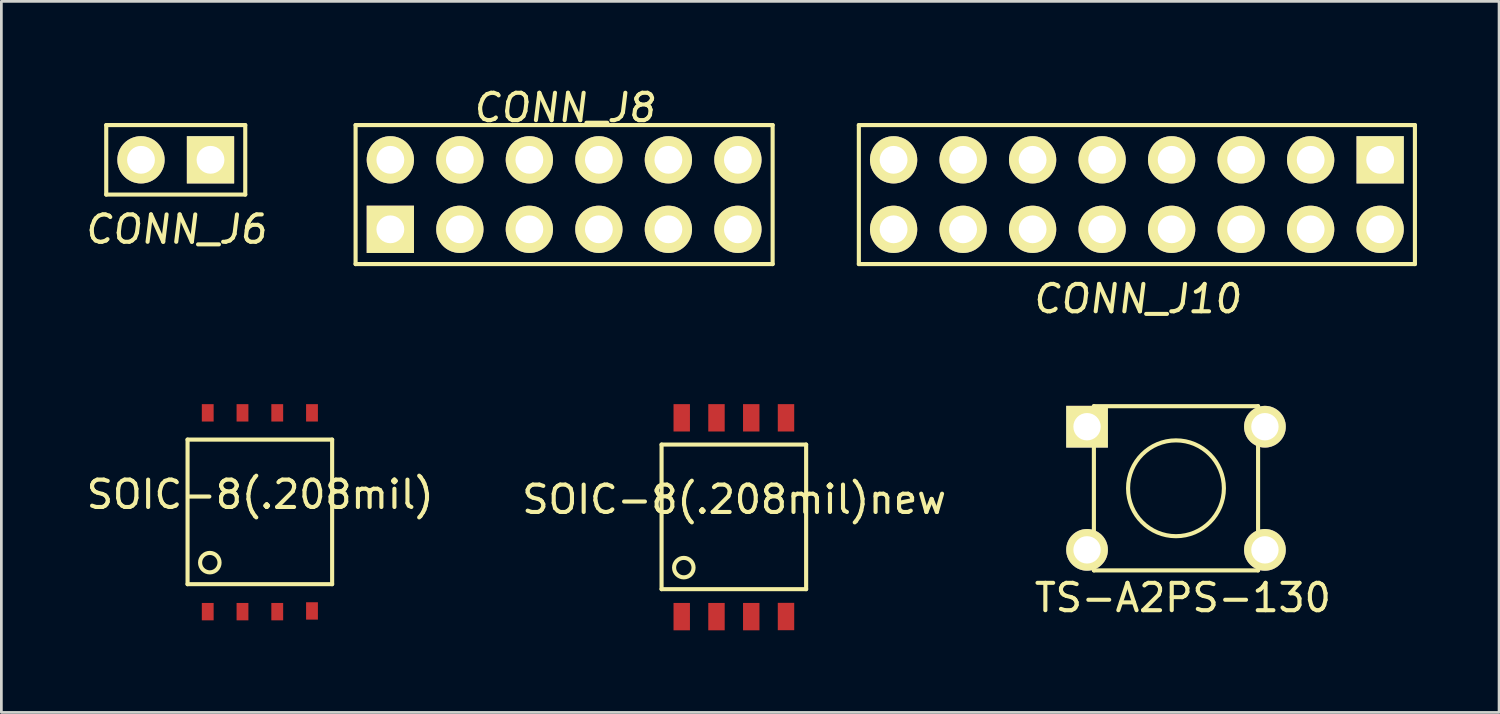
<source format=kicad_pcb>
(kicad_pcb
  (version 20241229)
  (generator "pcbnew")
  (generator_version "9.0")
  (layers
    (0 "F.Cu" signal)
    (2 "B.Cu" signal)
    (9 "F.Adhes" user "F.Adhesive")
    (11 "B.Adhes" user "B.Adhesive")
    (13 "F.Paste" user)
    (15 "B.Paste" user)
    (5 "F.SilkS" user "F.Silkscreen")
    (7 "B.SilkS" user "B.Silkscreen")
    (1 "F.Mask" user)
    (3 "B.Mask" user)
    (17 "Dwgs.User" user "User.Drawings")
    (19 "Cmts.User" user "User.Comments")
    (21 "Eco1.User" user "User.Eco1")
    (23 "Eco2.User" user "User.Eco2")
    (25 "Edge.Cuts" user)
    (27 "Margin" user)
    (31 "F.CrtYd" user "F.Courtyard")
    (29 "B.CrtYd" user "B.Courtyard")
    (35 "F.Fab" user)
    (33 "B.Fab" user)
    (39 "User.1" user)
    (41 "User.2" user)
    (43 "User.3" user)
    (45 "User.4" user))
  (footprint "CONN_J8"
    (layer "F.Cu")
    (at 17.564 0.25)
    (property "Reference" "CONN_J8" (at 0 0.635 0) (layer "F.SilkS") (effects (font (size 1 1) (thickness 0.15) (italic yes))))
    (attr through_hole)
    (fp_line (start -7.62 1.27) (end -7.62 6.35) (stroke (width 0.15) (type solid)) (layer "F.SilkS"))
    (fp_line (start -7.62 6.35) (end 7.62 6.35) (stroke (width 0.15) (type solid)) (layer "F.SilkS"))
    (fp_line (start 7.62 1.27) (end -7.62 1.27) (stroke (width 0.15) (type solid)) (layer "F.SilkS"))
    (fp_line (start 7.62 6.35) (end 7.62 1.27) (stroke (width 0.15) (type solid)) (layer "F.SilkS"))
    (pad "1" thru_hole rect (at -6.35 5.08) (size 1.727 1.727) (drill 1.016) (layers "*.Cu" "*.Mask" "F.SilkS"))
    (pad "2" thru_hole circle (at -6.35 2.54) (size 1.727 1.727) (drill 1.016) (layers "*.Cu" "*.Mask" "F.SilkS"))
    (pad "3" thru_hole circle (at -3.81 5.08) (size 1.727 1.727) (drill 1.016) (layers "*.Cu" "*.Mask" "F.SilkS"))
    (pad "4" thru_hole circle (at -3.81 2.54) (size 1.727 1.727) (drill 1.016) (layers "*.Cu" "*.Mask" "F.SilkS"))
    (pad "5" thru_hole circle (at -1.27 5.08) (size 1.727 1.727) (drill 1.016) (layers "*.Cu" "*.Mask" "F.SilkS"))
    (pad "6" thru_hole circle (at -1.27 2.54) (size 1.727 1.727) (drill 1.016) (layers "*.Cu" "*.Mask" "F.SilkS"))
    (pad "7" thru_hole circle (at 1.27 5.08) (size 1.727 1.727) (drill 1.016) (layers "*.Cu" "*.Mask" "F.SilkS"))
    (pad "8" thru_hole circle (at 1.27 2.54) (size 1.727 1.727) (drill 1.016) (layers "*.Cu" "*.Mask" "F.SilkS"))
    (pad "9" thru_hole circle (at 3.81 5.08) (size 1.727 1.727) (drill 1.016) (layers "*.Cu" "*.Mask" "F.SilkS"))
    (pad "10" thru_hole circle (at 3.81 2.54) (size 1.727 1.727) (drill 1.016) (layers "*.Cu" "*.Mask" "F.SilkS"))
    (pad "11" thru_hole circle (at 6.35 5.08) (size 1.727 1.727) (drill 1.016) (layers "*.Cu" "*.Mask" "F.SilkS"))
    (pad "12" thru_hole circle (at 6.35 2.54) (size 1.727 1.727) (drill 1.016) (layers "*.Cu" "*.Mask" "F.SilkS")))
  (footprint "SOIC-8(.208mil)"
    (layer "F.Cu")
    (at 3.804 13.014)
    (property "Reference" "SOIC-8(.208mil)" (at 2.654 2.007 0) (layer "F.SilkS") (effects (font (size 1 1) (thickness 0.15))))
    (attr through_hole)
    (fp_line (start 0 0) (end 5.283 0) (stroke (width 0.15) (type solid)) (layer "F.SilkS"))
    (fp_line (start 0 5.283) (end 0 0) (stroke (width 0.15) (type solid)) (layer "F.SilkS"))
    (fp_line (start 5.283 0) (end 5.283 5.283) (stroke (width 0.15) (type solid)) (layer "F.SilkS"))
    (fp_line (start 5.283 5.283) (end 0 5.283) (stroke (width 0.15) (type solid)) (layer "F.SilkS"))
    (fp_circle (center 0.813 4.496) (end 0.61 4.788) (stroke (width 0.15) (type solid)) (fill no) (layer "F.SilkS"))
    (pad "1" smd rect (at 0.737 6.287) (size 0.432 0.635) (layers "F.Cu" "F.Mask" "F.Paste"))
    (pad "2" smd rect (at 2.007 6.287) (size 0.432 0.635) (layers "F.Cu" "F.Mask" "F.Paste"))
    (pad "3" smd rect (at 3.277 6.287) (size 0.432 0.635) (layers "F.Cu" "F.Mask" "F.Paste"))
    (pad "4" smd rect (at 4.547 6.261) (size 0.432 0.635) (layers "F.Cu" "F.Mask" "F.Paste"))
    (pad "5" smd rect (at 4.547 -0.978) (size 0.432 0.635) (layers "F.Cu" "F.Mask" "F.Paste"))
    (pad "6" smd rect (at 3.277 -0.978) (size 0.432 0.635) (layers "F.Cu" "F.Mask" "F.Paste"))
    (pad "7" smd rect (at 2.007 -0.978) (size 0.432 0.635) (layers "F.Cu" "F.Mask" "F.Paste"))
    (pad "8" smd rect (at 0.737 -0.978) (size 0.432 0.635) (layers "F.Cu" "F.Mask" "F.Paste")))
  (footprint "CONN_J6"
    (layer "F.Cu")
    (at 3.372 0.25)
    (property "Reference" "CONN_J6" (at 0 5.08 0) (layer "F.SilkS") (effects (font (size 1 1) (thickness 0.15) (italic yes))))
    (attr through_hole)
    (fp_line (start -2.54 1.27) (end -2.54 3.81) (stroke (width 0.15) (type solid)) (layer "F.SilkS"))
    (fp_line (start -2.54 3.81) (end 2.54 3.81) (stroke (width 0.15) (type solid)) (layer "F.SilkS"))
    (fp_line (start 2.54 1.27) (end -2.54 1.27) (stroke (width 0.15) (type solid)) (layer "F.SilkS"))
    (fp_line (start 2.54 3.81) (end 2.54 1.27) (stroke (width 0.15) (type solid)) (layer "F.SilkS"))
    (pad "1" thru_hole rect (at 1.27 2.54) (size 1.727 1.727) (drill 1.016) (layers "*.Cu" "*.Mask" "F.SilkS"))
    (pad "2" thru_hole circle (at -1.27 2.54) (size 1.727 1.727) (drill 1.016) (layers "*.Cu" "*.Mask" "F.SilkS")))
  (footprint "SOIC-8(.208mil)new"
    (layer "F.Cu")
    (at 21.125 13.196)
    (property "Reference" "SOIC-8(.208mil)new" (at 2.654 2.007 0) (layer "F.SilkS") (effects (font (size 1 1) (thickness 0.15))))
    (attr through_hole)
    (fp_line (start 0 0) (end 5.283 0) (stroke (width 0.15) (type solid)) (layer "F.SilkS"))
    (fp_line (start 0 5.283) (end 0 0) (stroke (width 0.15) (type solid)) (layer "F.SilkS"))
    (fp_line (start 5.283 0) (end 5.283 5.283) (stroke (width 0.15) (type solid)) (layer "F.SilkS"))
    (fp_line (start 5.283 5.283) (end 0 5.283) (stroke (width 0.15) (type solid)) (layer "F.SilkS"))
    (fp_circle (center 0.813 4.496) (end 0.61 4.788) (stroke (width 0.15) (type solid)) (fill no) (layer "F.SilkS"))
    (pad "1" smd rect (at 0.737 6.287) (size 0.6 1) (layers "F.Cu" "F.Mask" "F.Paste"))
    (pad "2" smd rect (at 2.007 6.287) (size 0.6 1) (layers "F.Cu" "F.Mask" "F.Paste"))
    (pad "3" smd rect (at 3.277 6.287) (size 0.6 1) (layers "F.Cu" "F.Mask" "F.Paste"))
    (pad "4" smd rect (at 4.547 6.283) (size 0.6 1) (layers "F.Cu" "F.Mask" "F.Paste"))
    (pad "5" smd rect (at 4.547 -0.978) (size 0.6 1) (layers "F.Cu" "F.Mask" "F.Paste"))
    (pad "6" smd rect (at 3.277 -0.978) (size 0.6 1) (layers "F.Cu" "F.Mask" "F.Paste"))
    (pad "7" smd rect (at 2.007 -0.978) (size 0.6 1) (layers "F.Cu" "F.Mask" "F.Paste"))
    (pad "8" smd rect (at 0.737 -0.978) (size 0.6 1) (layers "F.Cu" "F.Mask" "F.Paste")))
  (footprint "CONN_J10"
    (layer "F.Cu")
    (at 38.494 0.25)
    (property "Reference" "CONN_J10" (at 0 7.62 0) (layer "F.SilkS") (effects (font (size 1 1) (thickness 0.15) (italic yes))))
    (attr through_hole)
    (fp_line (start -10.16 1.27) (end -10.16 6.35) (stroke (width 0.15) (type solid)) (layer "F.SilkS"))
    (fp_line (start -10.16 6.35) (end 10.16 6.35) (stroke (width 0.15) (type solid)) (layer "F.SilkS"))
    (fp_line (start 10.16 1.27) (end -10.16 1.27) (stroke (width 0.15) (type solid)) (layer "F.SilkS"))
    (fp_line (start 10.16 6.35) (end 10.16 1.27) (stroke (width 0.15) (type solid)) (layer "F.SilkS"))
    (pad "1" thru_hole rect (at 8.89 2.54) (size 1.727 1.727) (drill 1.016) (layers "*.Cu" "*.Mask" "F.SilkS"))
    (pad "2" thru_hole circle (at 8.89 5.08) (size 1.727 1.727) (drill 1.016) (layers "*.Cu" "*.Mask" "F.SilkS"))
    (pad "3" thru_hole circle (at 6.35 2.54) (size 1.727 1.727) (drill 1.016) (layers "*.Cu" "*.Mask" "F.SilkS"))
    (pad "4" thru_hole circle (at 6.35 5.08) (size 1.727 1.727) (drill 1.016) (layers "*.Cu" "*.Mask" "F.SilkS"))
    (pad "5" thru_hole circle (at 3.81 2.54) (size 1.727 1.727) (drill 1.016) (layers "*.Cu" "*.Mask" "F.SilkS"))
    (pad "6" thru_hole circle (at 3.81 5.08) (size 1.727 1.727) (drill 1.016) (layers "*.Cu" "*.Mask" "F.SilkS"))
    (pad "7" thru_hole circle (at 1.27 2.54) (size 1.727 1.727) (drill 1.016) (layers "*.Cu" "*.Mask" "F.SilkS"))
    (pad "8" thru_hole circle (at 1.27 5.08) (size 1.727 1.727) (drill 1.016) (layers "*.Cu" "*.Mask" "F.SilkS"))
    (pad "9" thru_hole circle (at -1.27 2.54) (size 1.727 1.727) (drill 1.016) (layers "*.Cu" "*.Mask" "F.SilkS"))
    (pad "10" thru_hole circle (at -1.27 5.08) (size 1.727 1.727) (drill 1.016) (layers "*.Cu" "*.Mask" "F.SilkS"))
    (pad "11" thru_hole circle (at -3.81 2.54) (size 1.727 1.727) (drill 1.016) (layers "*.Cu" "*.Mask" "F.SilkS"))
    (pad "12" thru_hole circle (at -3.81 5.08) (size 1.727 1.727) (drill 1.016) (layers "*.Cu" "*.Mask" "F.SilkS"))
    (pad "13" thru_hole circle (at -6.35 2.54) (size 1.727 1.727) (drill 1.016) (layers "*.Cu" "*.Mask" "F.SilkS"))
    (pad "14" thru_hole circle (at -6.35 5.08) (size 1.727 1.727) (drill 1.016) (layers "*.Cu" "*.Mask" "F.SilkS"))
    (pad "15" thru_hole circle (at -8.89 2.54) (size 1.727 1.727) (drill 1.016) (layers "*.Cu" "*.Mask" "F.SilkS"))
    (pad "16" thru_hole circle (at -8.89 5.08) (size 1.727 1.727) (drill 1.016) (layers "*.Cu" "*.Mask" "F.SilkS")))
  (footprint "TS-A2PS-130"
    (layer "F.Cu")
    (at 36.673 12.543)
    (property "Reference" "TS-A2PS-130" (at 3.5 6.25 0) (layer "F.SilkS") (effects (font (size 1 1) (thickness 0.15))))
    (attr through_hole)
    (fp_line (start 0.25 -0.75) (end 6.25 -0.75) (stroke (width 0.15) (type solid)) (layer "F.SilkS"))
    (fp_line (start 0.25 5.25) (end 0.25 -0.75) (stroke (width 0.15) (type solid)) (layer "F.SilkS"))
    (fp_line (start 6.25 -0.75) (end 6.25 5.25) (stroke (width 0.15) (type solid)) (layer "F.SilkS"))
    (fp_line (start 6.25 5.25) (end 0.25 5.25) (stroke (width 0.15) (type solid)) (layer "F.SilkS"))
    (fp_circle (center 3.25 2.25) (end 5 2.2) (stroke (width 0.15) (type solid)) (fill no) (layer "F.SilkS"))
    (pad "1" thru_hole rect (at 0 0) (size 1.524 1.524) (drill 1) (layers "*.Cu" "*.Mask" "F.SilkS"))
    (pad "2" thru_hole circle (at 6.5 0) (size 1.524 1.524) (drill 1) (layers "*.Cu" "*.Mask" "F.SilkS"))
    (pad "3" thru_hole circle (at 0 4.5) (size 1.524 1.524) (drill 1) (layers "*.Cu" "*.Mask" "F.SilkS"))
    (pad "4" thru_hole circle (at 6.5 4.5) (size 1.524 1.524) (drill 1) (layers "*.Cu" "*.Mask" "F.SilkS")))
  (gr_rect
    (start -3 -3)
    (end 51.729 22.983)
    (stroke (width 0.1) (type default))
    (fill no)
    (layer "Edge.Cuts")))
</source>
